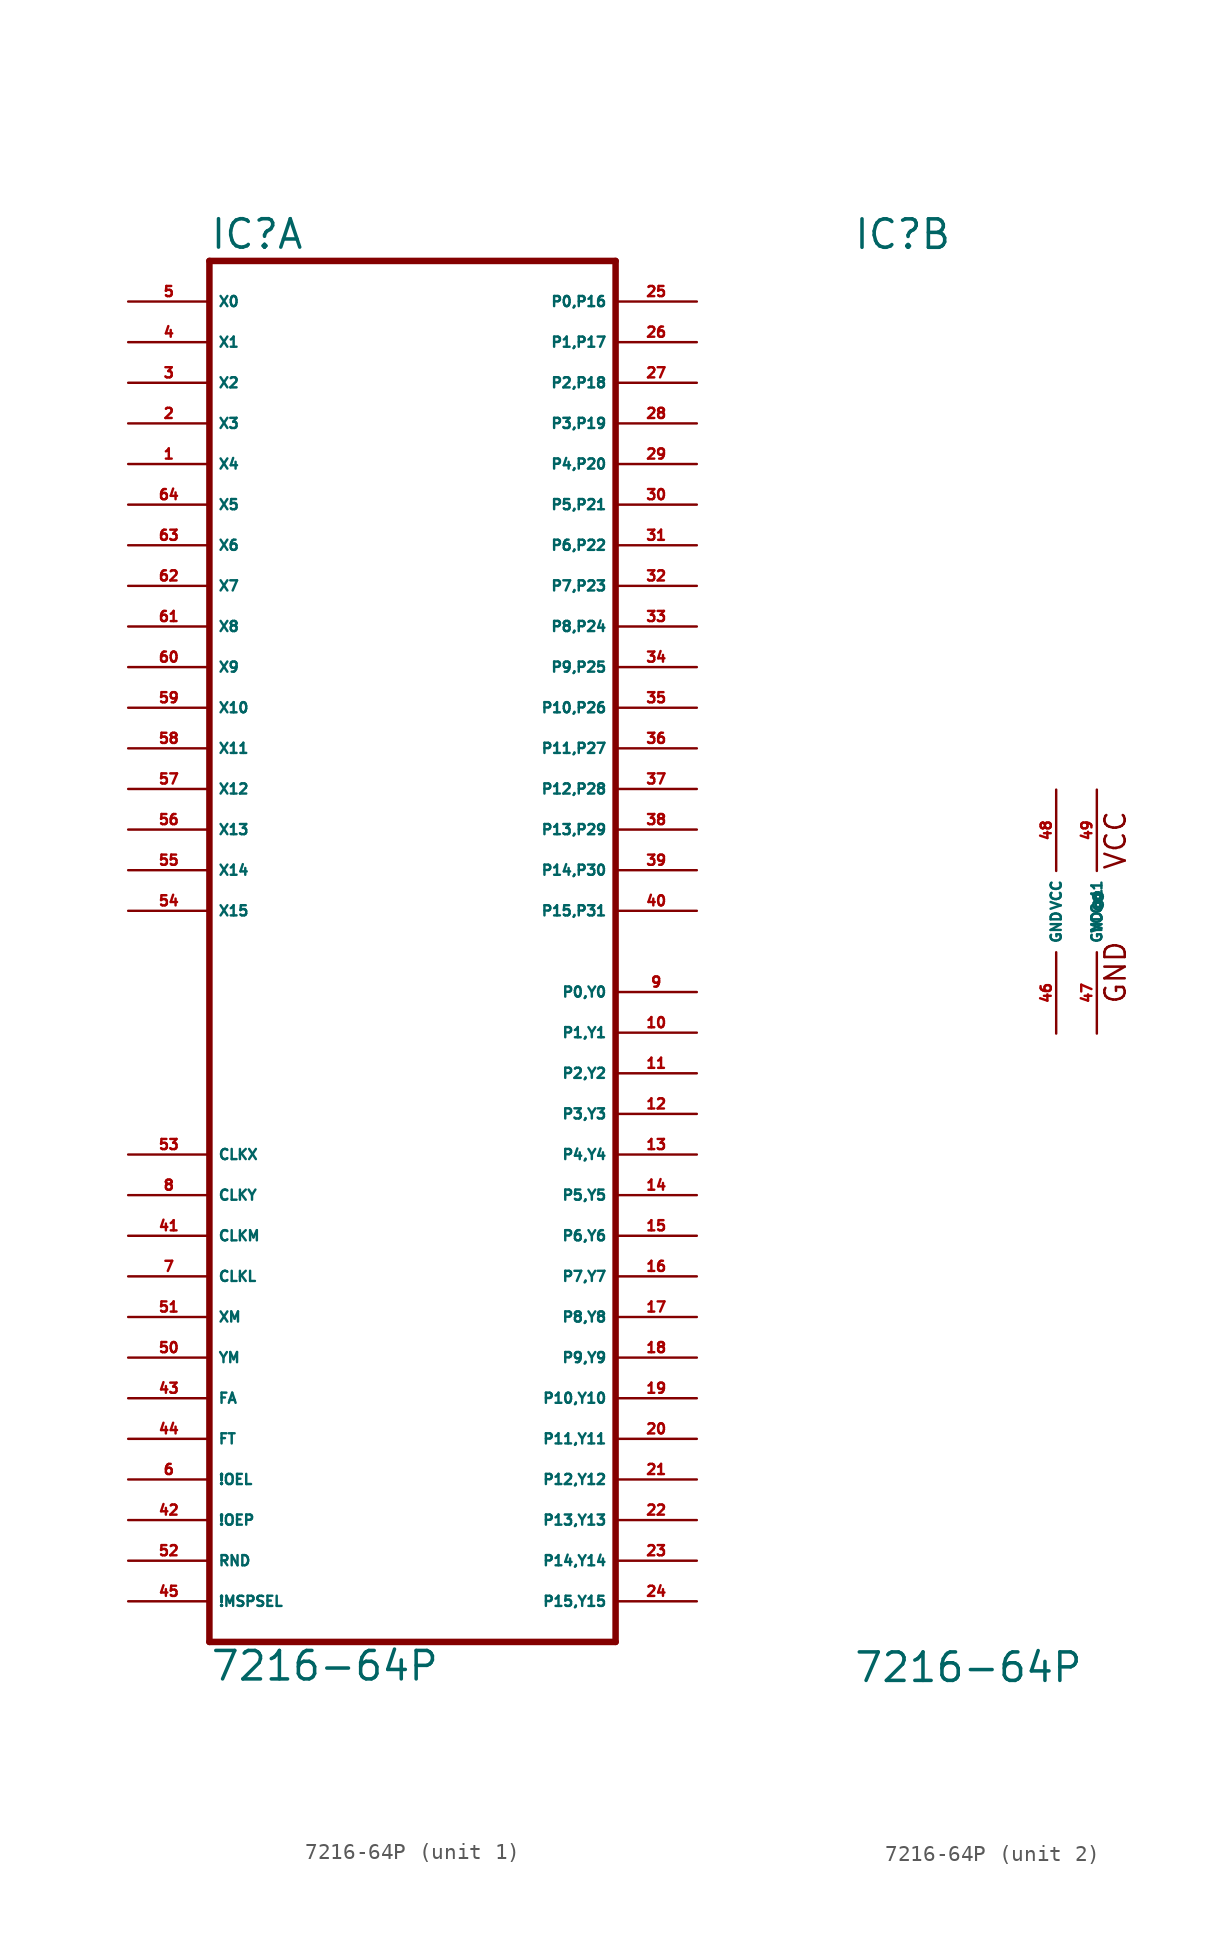
<source format=kicad_sym>
(kicad_symbol_lib
  (version 20220914)
  (generator Eagle2Kicad)
  (symbol "7216-64P"
    (property "Reference" "IC"
      (at -12.7 41.275 0)
      (effects (font (size 1.778 1.778) (thickness 0.22)) (justify left bottom)))
    (property "Value" "7216-64P"
      (at -12.7 -48.26 0)
      (effects (font (size 1.778 1.778) (thickness 0.22)) (justify left bottom)))
    (symbol "7216-64P_1_0"
      (polyline (pts (xy -12.7 -45.72) (xy 12.7 -45.72)) (stroke (width 0.406) (type default)) (fill (type none)))
      (polyline (pts (xy 12.7 -45.72) (xy 12.7 40.64)) (stroke (width 0.406) (type default)) (fill (type none)))
      (polyline (pts (xy 12.7 40.64) (xy -12.7 40.64)) (stroke (width 0.406) (type default)) (fill (type none)))
      (polyline (pts (xy -12.7 40.64) (xy -12.7 -45.72)) (stroke (width 0.406) (type default)) (fill (type none)))
      (pin input line (at -17.78 38.1 0) (length 5.08) (name "X0" (effects (font (size 0.635 0.635) (thickness 0.08)) (justify left bottom))) (number "5" (effects (font (size 0.635 0.635) (thickness 0.08)) (justify left bottom))))
      (pin input line (at -17.78 35.56 0) (length 5.08) (name "X1" (effects (font (size 0.635 0.635) (thickness 0.08)) (justify left bottom))) (number "4" (effects (font (size 0.635 0.635) (thickness 0.08)) (justify left bottom))))
      (pin input line (at -17.78 33.02 0) (length 5.08) (name "X2" (effects (font (size 0.635 0.635) (thickness 0.08)) (justify left bottom))) (number "3" (effects (font (size 0.635 0.635) (thickness 0.08)) (justify left bottom))))
      (pin input line (at -17.78 30.48 0) (length 5.08) (name "X3" (effects (font (size 0.635 0.635) (thickness 0.08)) (justify left bottom))) (number "2" (effects (font (size 0.635 0.635) (thickness 0.08)) (justify left bottom))))
      (pin input line (at -17.78 27.94 0) (length 5.08) (name "X4" (effects (font (size 0.635 0.635) (thickness 0.08)) (justify left bottom))) (number "1" (effects (font (size 0.635 0.635) (thickness 0.08)) (justify left bottom))))
      (pin input line (at -17.78 25.4 0) (length 5.08) (name "X5" (effects (font (size 0.635 0.635) (thickness 0.08)) (justify left bottom))) (number "64" (effects (font (size 0.635 0.635) (thickness 0.08)) (justify left bottom))))
      (pin input line (at -17.78 22.86 0) (length 5.08) (name "X6" (effects (font (size 0.635 0.635) (thickness 0.08)) (justify left bottom))) (number "63" (effects (font (size 0.635 0.635) (thickness 0.08)) (justify left bottom))))
      (pin input line (at -17.78 20.32 0) (length 5.08) (name "X7" (effects (font (size 0.635 0.635) (thickness 0.08)) (justify left bottom))) (number "62" (effects (font (size 0.635 0.635) (thickness 0.08)) (justify left bottom))))
      (pin input line (at -17.78 17.78 0) (length 5.08) (name "X8" (effects (font (size 0.635 0.635) (thickness 0.08)) (justify left bottom))) (number "61" (effects (font (size 0.635 0.635) (thickness 0.08)) (justify left bottom))))
      (pin input line (at -17.78 15.24 0) (length 5.08) (name "X9" (effects (font (size 0.635 0.635) (thickness 0.08)) (justify left bottom))) (number "60" (effects (font (size 0.635 0.635) (thickness 0.08)) (justify left bottom))))
      (pin input line (at -17.78 12.7 0) (length 5.08) (name "X10" (effects (font (size 0.635 0.635) (thickness 0.08)) (justify left bottom))) (number "59" (effects (font (size 0.635 0.635) (thickness 0.08)) (justify left bottom))))
      (pin input line (at -17.78 10.16 0) (length 5.08) (name "X11" (effects (font (size 0.635 0.635) (thickness 0.08)) (justify left bottom))) (number "58" (effects (font (size 0.635 0.635) (thickness 0.08)) (justify left bottom))))
      (pin input line (at -17.78 7.62 0) (length 5.08) (name "X12" (effects (font (size 0.635 0.635) (thickness 0.08)) (justify left bottom))) (number "57" (effects (font (size 0.635 0.635) (thickness 0.08)) (justify left bottom))))
      (pin input line (at -17.78 5.08 0) (length 5.08) (name "X13" (effects (font (size 0.635 0.635) (thickness 0.08)) (justify left bottom))) (number "56" (effects (font (size 0.635 0.635) (thickness 0.08)) (justify left bottom))))
      (pin input line (at -17.78 2.54 0) (length 5.08) (name "X14" (effects (font (size 0.635 0.635) (thickness 0.08)) (justify left bottom))) (number "55" (effects (font (size 0.635 0.635) (thickness 0.08)) (justify left bottom))))
      (pin input line (at -17.78 0 0) (length 5.08) (name "X15" (effects (font (size 0.635 0.635) (thickness 0.08)) (justify left bottom))) (number "54" (effects (font (size 0.635 0.635) (thickness 0.08)) (justify left bottom))))
      (pin bidirectional line (at 17.78 -43.18 180) (length 5.08) (name "P15,Y15" (effects (font (size 0.635 0.635) (thickness 0.08)) (justify left bottom))) (number "24" (effects (font (size 0.635 0.635) (thickness 0.08)) (justify left bottom))))
      (pin bidirectional line (at 17.78 -40.64 180) (length 5.08) (name "P14,Y14" (effects (font (size 0.635 0.635) (thickness 0.08)) (justify left bottom))) (number "23" (effects (font (size 0.635 0.635) (thickness 0.08)) (justify left bottom))))
      (pin bidirectional line (at 17.78 -38.1 180) (length 5.08) (name "P13,Y13" (effects (font (size 0.635 0.635) (thickness 0.08)) (justify left bottom))) (number "22" (effects (font (size 0.635 0.635) (thickness 0.08)) (justify left bottom))))
      (pin bidirectional line (at 17.78 -35.56 180) (length 5.08) (name "P12,Y12" (effects (font (size 0.635 0.635) (thickness 0.08)) (justify left bottom))) (number "21" (effects (font (size 0.635 0.635) (thickness 0.08)) (justify left bottom))))
      (pin bidirectional line (at 17.78 -33.02 180) (length 5.08) (name "P11,Y11" (effects (font (size 0.635 0.635) (thickness 0.08)) (justify left bottom))) (number "20" (effects (font (size 0.635 0.635) (thickness 0.08)) (justify left bottom))))
      (pin bidirectional line (at 17.78 -30.48 180) (length 5.08) (name "P10,Y10" (effects (font (size 0.635 0.635) (thickness 0.08)) (justify left bottom))) (number "19" (effects (font (size 0.635 0.635) (thickness 0.08)) (justify left bottom))))
      (pin bidirectional line (at 17.78 -27.94 180) (length 5.08) (name "P9,Y9" (effects (font (size 0.635 0.635) (thickness 0.08)) (justify left bottom))) (number "18" (effects (font (size 0.635 0.635) (thickness 0.08)) (justify left bottom))))
      (pin bidirectional line (at 17.78 -25.4 180) (length 5.08) (name "P8,Y8" (effects (font (size 0.635 0.635) (thickness 0.08)) (justify left bottom))) (number "17" (effects (font (size 0.635 0.635) (thickness 0.08)) (justify left bottom))))
      (pin bidirectional line (at 17.78 -22.86 180) (length 5.08) (name "P7,Y7" (effects (font (size 0.635 0.635) (thickness 0.08)) (justify left bottom))) (number "16" (effects (font (size 0.635 0.635) (thickness 0.08)) (justify left bottom))))
      (pin bidirectional line (at 17.78 -20.32 180) (length 5.08) (name "P6,Y6" (effects (font (size 0.635 0.635) (thickness 0.08)) (justify left bottom))) (number "15" (effects (font (size 0.635 0.635) (thickness 0.08)) (justify left bottom))))
      (pin bidirectional line (at 17.78 -17.78 180) (length 5.08) (name "P5,Y5" (effects (font (size 0.635 0.635) (thickness 0.08)) (justify left bottom))) (number "14" (effects (font (size 0.635 0.635) (thickness 0.08)) (justify left bottom))))
      (pin bidirectional line (at 17.78 -15.24 180) (length 5.08) (name "P4,Y4" (effects (font (size 0.635 0.635) (thickness 0.08)) (justify left bottom))) (number "13" (effects (font (size 0.635 0.635) (thickness 0.08)) (justify left bottom))))
      (pin bidirectional line (at 17.78 -12.7 180) (length 5.08) (name "P3,Y3" (effects (font (size 0.635 0.635) (thickness 0.08)) (justify left bottom))) (number "12" (effects (font (size 0.635 0.635) (thickness 0.08)) (justify left bottom))))
      (pin bidirectional line (at 17.78 -10.16 180) (length 5.08) (name "P2,Y2" (effects (font (size 0.635 0.635) (thickness 0.08)) (justify left bottom))) (number "11" (effects (font (size 0.635 0.635) (thickness 0.08)) (justify left bottom))))
      (pin bidirectional line (at 17.78 -7.62 180) (length 5.08) (name "P1,Y1" (effects (font (size 0.635 0.635) (thickness 0.08)) (justify left bottom))) (number "10" (effects (font (size 0.635 0.635) (thickness 0.08)) (justify left bottom))))
      (pin bidirectional line (at 17.78 -5.08 180) (length 5.08) (name "P0,Y0" (effects (font (size 0.635 0.635) (thickness 0.08)) (justify left bottom))) (number "9" (effects (font (size 0.635 0.635) (thickness 0.08)) (justify left bottom))))
      (pin input line (at -17.78 -15.24 0) (length 5.08) (name "CLKX" (effects (font (size 0.635 0.635) (thickness 0.08)) (justify left bottom))) (number "53" (effects (font (size 0.635 0.635) (thickness 0.08)) (justify left bottom))))
      (pin input line (at -17.78 -17.78 0) (length 5.08) (name "CLKY" (effects (font (size 0.635 0.635) (thickness 0.08)) (justify left bottom))) (number "8" (effects (font (size 0.635 0.635) (thickness 0.08)) (justify left bottom))))
      (pin input line (at -17.78 -20.32 0) (length 5.08) (name "CLKM" (effects (font (size 0.635 0.635) (thickness 0.08)) (justify left bottom))) (number "41" (effects (font (size 0.635 0.635) (thickness 0.08)) (justify left bottom))))
      (pin input line (at -17.78 -22.86 0) (length 5.08) (name "CLKL" (effects (font (size 0.635 0.635) (thickness 0.08)) (justify left bottom))) (number "7" (effects (font (size 0.635 0.635) (thickness 0.08)) (justify left bottom))))
      (pin input line (at -17.78 -25.4 0) (length 5.08) (name "XM" (effects (font (size 0.635 0.635) (thickness 0.08)) (justify left bottom))) (number "51" (effects (font (size 0.635 0.635) (thickness 0.08)) (justify left bottom))))
      (pin input line (at -17.78 -27.94 0) (length 5.08) (name "YM" (effects (font (size 0.635 0.635) (thickness 0.08)) (justify left bottom))) (number "50" (effects (font (size 0.635 0.635) (thickness 0.08)) (justify left bottom))))
      (pin input line (at -17.78 -30.48 0) (length 5.08) (name "FA" (effects (font (size 0.635 0.635) (thickness 0.08)) (justify left bottom))) (number "43" (effects (font (size 0.635 0.635) (thickness 0.08)) (justify left bottom))))
      (pin input line (at -17.78 -33.02 0) (length 5.08) (name "FT" (effects (font (size 0.635 0.635) (thickness 0.08)) (justify left bottom))) (number "44" (effects (font (size 0.635 0.635) (thickness 0.08)) (justify left bottom))))
      (pin input line (at -17.78 -35.56 0) (length 5.08) (name "!OEL" (effects (font (size 0.635 0.635) (thickness 0.08)) (justify left bottom))) (number "6" (effects (font (size 0.635 0.635) (thickness 0.08)) (justify left bottom))))
      (pin input line (at -17.78 -38.1 0) (length 5.08) (name "!OEP" (effects (font (size 0.635 0.635) (thickness 0.08)) (justify left bottom))) (number "42" (effects (font (size 0.635 0.635) (thickness 0.08)) (justify left bottom))))
      (pin input line (at -17.78 -40.64 0) (length 5.08) (name "RND" (effects (font (size 0.635 0.635) (thickness 0.08)) (justify left bottom))) (number "52" (effects (font (size 0.635 0.635) (thickness 0.08)) (justify left bottom))))
      (pin input line (at -17.78 -43.18 0) (length 5.08) (name "!MSPSEL" (effects (font (size 0.635 0.635) (thickness 0.08)) (justify left bottom))) (number "45" (effects (font (size 0.635 0.635) (thickness 0.08)) (justify left bottom))))
      (pin output line (at 17.78 38.1 180) (length 5.08) (name "P0,P16" (effects (font (size 0.635 0.635) (thickness 0.08)) (justify left bottom))) (number "25" (effects (font (size 0.635 0.635) (thickness 0.08)) (justify left bottom))))
      (pin output line (at 17.78 35.56 180) (length 5.08) (name "P1,P17" (effects (font (size 0.635 0.635) (thickness 0.08)) (justify left bottom))) (number "26" (effects (font (size 0.635 0.635) (thickness 0.08)) (justify left bottom))))
      (pin output line (at 17.78 33.02 180) (length 5.08) (name "P2,P18" (effects (font (size 0.635 0.635) (thickness 0.08)) (justify left bottom))) (number "27" (effects (font (size 0.635 0.635) (thickness 0.08)) (justify left bottom))))
      (pin output line (at 17.78 30.48 180) (length 5.08) (name "P3,P19" (effects (font (size 0.635 0.635) (thickness 0.08)) (justify left bottom))) (number "28" (effects (font (size 0.635 0.635) (thickness 0.08)) (justify left bottom))))
      (pin output line (at 17.78 27.94 180) (length 5.08) (name "P4,P20" (effects (font (size 0.635 0.635) (thickness 0.08)) (justify left bottom))) (number "29" (effects (font (size 0.635 0.635) (thickness 0.08)) (justify left bottom))))
      (pin output line (at 17.78 25.4 180) (length 5.08) (name "P5,P21" (effects (font (size 0.635 0.635) (thickness 0.08)) (justify left bottom))) (number "30" (effects (font (size 0.635 0.635) (thickness 0.08)) (justify left bottom))))
      (pin output line (at 17.78 22.86 180) (length 5.08) (name "P6,P22" (effects (font (size 0.635 0.635) (thickness 0.08)) (justify left bottom))) (number "31" (effects (font (size 0.635 0.635) (thickness 0.08)) (justify left bottom))))
      (pin output line (at 17.78 20.32 180) (length 5.08) (name "P7,P23" (effects (font (size 0.635 0.635) (thickness 0.08)) (justify left bottom))) (number "32" (effects (font (size 0.635 0.635) (thickness 0.08)) (justify left bottom))))
      (pin output line (at 17.78 17.78 180) (length 5.08) (name "P8,P24" (effects (font (size 0.635 0.635) (thickness 0.08)) (justify left bottom))) (number "33" (effects (font (size 0.635 0.635) (thickness 0.08)) (justify left bottom))))
      (pin output line (at 17.78 15.24 180) (length 5.08) (name "P9,P25" (effects (font (size 0.635 0.635) (thickness 0.08)) (justify left bottom))) (number "34" (effects (font (size 0.635 0.635) (thickness 0.08)) (justify left bottom))))
      (pin output line (at 17.78 12.7 180) (length 5.08) (name "P10,P26" (effects (font (size 0.635 0.635) (thickness 0.08)) (justify left bottom))) (number "35" (effects (font (size 0.635 0.635) (thickness 0.08)) (justify left bottom))))
      (pin output line (at 17.78 10.16 180) (length 5.08) (name "P11,P27" (effects (font (size 0.635 0.635) (thickness 0.08)) (justify left bottom))) (number "36" (effects (font (size 0.635 0.635) (thickness 0.08)) (justify left bottom))))
      (pin output line (at 17.78 7.62 180) (length 5.08) (name "P12,P28" (effects (font (size 0.635 0.635) (thickness 0.08)) (justify left bottom))) (number "37" (effects (font (size 0.635 0.635) (thickness 0.08)) (justify left bottom))))
      (pin output line (at 17.78 5.08 180) (length 5.08) (name "P13,P29" (effects (font (size 0.635 0.635) (thickness 0.08)) (justify left bottom))) (number "38" (effects (font (size 0.635 0.635) (thickness 0.08)) (justify left bottom))))
      (pin output line (at 17.78 2.54 180) (length 5.08) (name "P14,P30" (effects (font (size 0.635 0.635) (thickness 0.08)) (justify left bottom))) (number "39" (effects (font (size 0.635 0.635) (thickness 0.08)) (justify left bottom))))
      (pin output line (at 17.78 0 180) (length 5.08) (name "P15,P31" (effects (font (size 0.635 0.635) (thickness 0.08)) (justify left bottom))) (number "40" (effects (font (size 0.635 0.635) (thickness 0.08)) (justify left bottom)))))
    (symbol "7216-64P_2_0"
      (text "VCC" (at 4.445 2.54 900) (effects (font (size 1.27 1.27) (thickness 0.16)) (justify left bottom)))
      (text "GND" (at 4.445 -5.842 900) (effects (font (size 1.27 1.27) (thickness 0.16)) (justify left bottom)))
      (pin unspecified line (at 0 7.62 270) (length 5.08) (name "VCC" (effects (font (size 0.635 0.635) (thickness 0.08)) (justify left bottom))) (number "48" (effects (font (size 0.635 0.635) (thickness 0.08)) (justify left bottom))))
      (pin unspecified line (at 0 -7.62 90) (length 5.08) (name "GND" (effects (font (size 0.635 0.635) (thickness 0.08)) (justify left bottom))) (number "46" (effects (font (size 0.635 0.635) (thickness 0.08)) (justify left bottom))))
      (pin unspecified line (at 2.54 7.62 270) (length 5.08) (name "VCC@1" (effects (font (size 0.635 0.635) (thickness 0.08)) (justify left bottom))) (number "49" (effects (font (size 0.635 0.635) (thickness 0.08)) (justify left bottom))))
      (pin unspecified line (at 2.54 -7.62 90) (length 5.08) (name "GND@1" (effects (font (size 0.635 0.635) (thickness 0.08)) (justify left bottom))) (number "47" (effects (font (size 0.635 0.635) (thickness 0.08)) (justify left bottom)))))))
</source>
